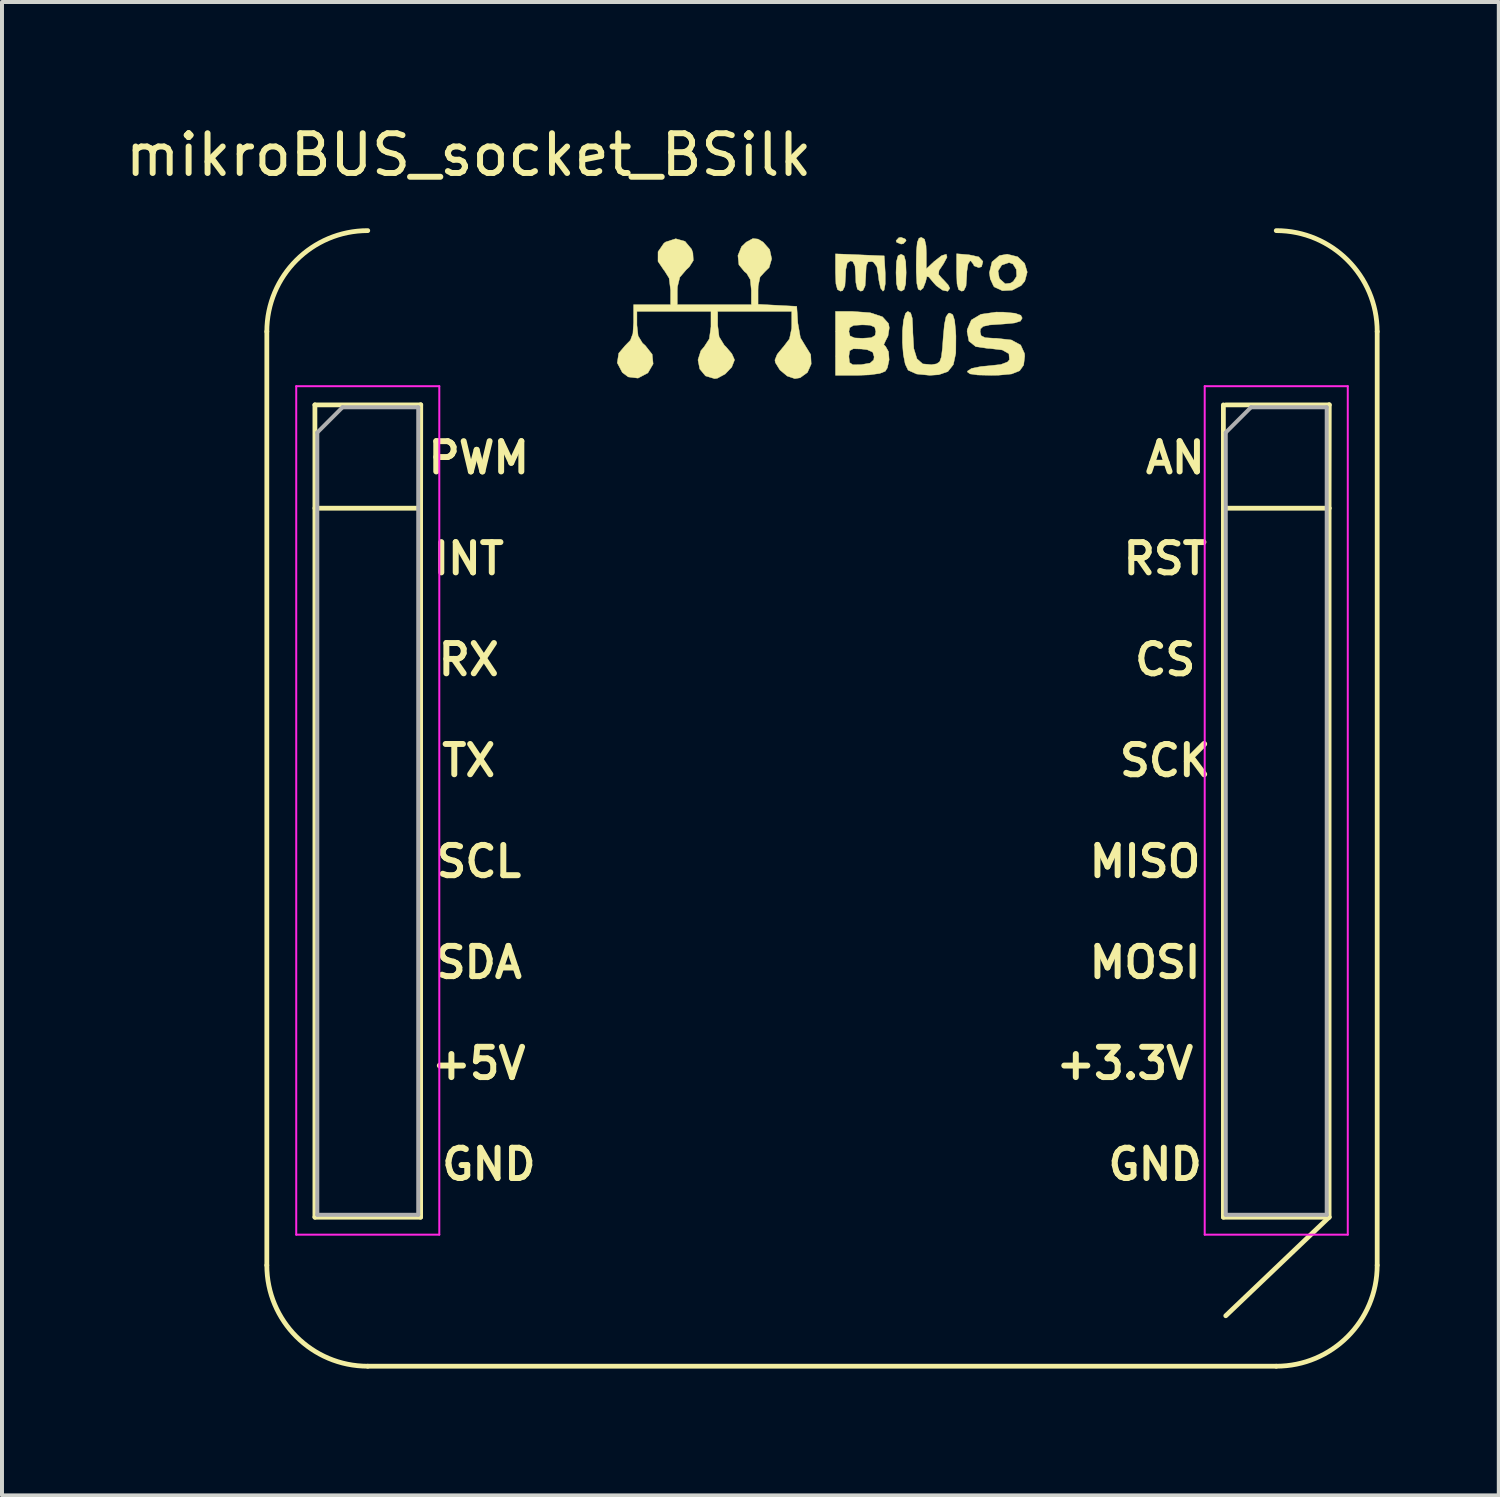
<source format=kicad_pcb>
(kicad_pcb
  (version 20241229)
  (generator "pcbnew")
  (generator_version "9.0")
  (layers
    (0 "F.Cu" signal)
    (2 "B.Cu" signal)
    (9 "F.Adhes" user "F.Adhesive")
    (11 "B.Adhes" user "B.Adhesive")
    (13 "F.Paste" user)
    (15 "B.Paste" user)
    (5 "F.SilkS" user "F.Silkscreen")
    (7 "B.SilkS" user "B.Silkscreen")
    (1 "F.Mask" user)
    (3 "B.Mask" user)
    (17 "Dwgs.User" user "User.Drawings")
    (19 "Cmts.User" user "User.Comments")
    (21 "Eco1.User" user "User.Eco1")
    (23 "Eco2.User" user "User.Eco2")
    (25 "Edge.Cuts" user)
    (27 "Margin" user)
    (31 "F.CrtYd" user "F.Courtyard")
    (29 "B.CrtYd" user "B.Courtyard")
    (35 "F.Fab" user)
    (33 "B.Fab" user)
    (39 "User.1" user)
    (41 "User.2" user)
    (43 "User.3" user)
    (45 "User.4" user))
  (footprint "mikroBUS_socket_BSilk"
    (layer "F.Cu")
    (at 17.634 31.328)
    (property "Reference" "mikroBUS_socket_BSilk" (at -8.89 -30.48 0) (layer "F.SilkS") (effects (font (size 1 1) (thickness 0.15))))
    (attr through_hole)
    (fp_line (start -13.97 -2.54) (end -13.97 -26.035) (stroke (width 0.12) (type solid)) (layer "F.SilkS"))
    (fp_line (start -12.76 -24.19) (end -10.097 -24.19) (stroke (width 0.12) (type solid)) (layer "F.SilkS"))
    (fp_line (start -12.76 -21.59) (end -12.76 -24.19) (stroke (width 0.12) (type solid)) (layer "F.SilkS"))
    (fp_line (start -12.76 -21.59) (end -12.76 -3.75) (stroke (width 0.12) (type solid)) (layer "F.SilkS"))
    (fp_line (start -12.76 -3.75) (end -10.1 -3.75) (stroke (width 0.12) (type solid)) (layer "F.SilkS"))
    (fp_line (start -11.43 0) (end 11.43 0) (stroke (width 0.12) (type solid)) (layer "F.SilkS"))
    (fp_line (start -10.1 -21.59) (end -12.7 -21.59) (stroke (width 0.12) (type solid)) (layer "F.SilkS"))
    (fp_line (start -10.1 -21.59) (end -10.1 -3.75) (stroke (width 0.12) (type solid)) (layer "F.SilkS"))
    (fp_line (start -10.1 -21.59) (end -10.097 -24.194) (stroke (width 0.12) (type solid)) (layer "F.SilkS"))
    (fp_line (start 10.1 -21.59) (end 10.1 -24.19) (stroke (width 0.12) (type solid)) (layer "F.SilkS"))
    (fp_line (start 10.1 -21.59) (end 10.1 -3.75) (stroke (width 0.12) (type solid)) (layer "F.SilkS"))
    (fp_line (start 10.1 -21.59) (end 12.76 -21.59) (stroke (width 0.12) (type solid)) (layer "F.SilkS"))
    (fp_line (start 10.1 -3.75) (end 12.76 -3.75) (stroke (width 0.12) (type solid)) (layer "F.SilkS"))
    (fp_line (start 10.164 -24.19) (end 12.764 -24.19) (stroke (width 0.12) (type solid)) (layer "F.SilkS"))
    (fp_line (start 12.76 -21.59) (end 12.76 -3.75) (stroke (width 0.12) (type solid)) (layer "F.SilkS"))
    (fp_line (start 12.76 -21.59) (end 12.764 -24.194) (stroke (width 0.12) (type solid)) (layer "F.SilkS"))
    (fp_line (start 12.76 -3.75) (end 10.16 -1.27) (stroke (width 0.12) (type solid)) (layer "F.SilkS"))
    (fp_line (start 13.97 -2.54) (end 13.97 -26.035) (stroke (width 0.12) (type solid)) (layer "F.SilkS"))
    (fp_arc (start -13.97 -26.035) (mid -13.226051 -27.831051) (end -11.43 -28.575) (stroke (width 0.12) (type solid)) (layer "F.SilkS"))
    (fp_arc (start -11.43 0) (mid -13.226051 -0.743949) (end -13.97 -2.54) (stroke (width 0.12) (type solid)) (layer "F.SilkS"))
    (fp_arc (start 11.43 -28.575) (mid 13.226051 -27.831051) (end 13.97 -26.035) (stroke (width 0.12) (type solid)) (layer "F.SilkS"))
    (fp_arc (start 13.97 -2.54) (mid 13.226051 -0.743949) (end 11.43 0) (stroke (width 0.12) (type solid)) (layer "F.SilkS"))
    (fp_poly (pts (xy 2.102 -28.36) (xy 2.117 -28.321) (xy 2.048 -28.246) (xy 1.99 -28.236) (xy 1.877 -28.282) (xy 1.863 -28.321) (xy 1.931 -28.396) (xy 1.99 -28.406) (xy 2.102 -28.36)) (stroke (width 0.01) (type solid)) (fill yes) (layer "F.SilkS"))
    (fp_poly (pts (xy 2.066 -27.941) (xy 2.106 -27.794) (xy 2.117 -27.517) (xy 2.105 -27.236) (xy 2.065 -27.091) (xy 1.99 -27.051) (xy 1.913 -27.093) (xy 1.874 -27.24) (xy 1.863 -27.517) (xy 1.874 -27.797) (xy 1.914 -27.942) (xy 1.99 -27.982) (xy 2.066 -27.941)) (stroke (width 0.01) (type solid)) (fill yes) (layer "F.SilkS"))
    (fp_poly (pts (xy 3.703 -27.966) (xy 3.945 -27.914) (xy 4.046 -27.804) (xy 4.048 -27.792) (xy 4.015 -27.666) (xy 3.943 -27.644) (xy 3.827 -27.688) (xy 3.81 -27.728) (xy 3.746 -27.811) (xy 3.725 -27.813) (xy 3.675 -27.737) (xy 3.645 -27.546) (xy 3.641 -27.432) (xy 3.624 -27.181) (xy 3.568 -27.066) (xy 3.514 -27.051) (xy 3.437 -27.092) (xy 3.398 -27.238) (xy 3.387 -27.52) (xy 3.387 -27.993) (xy 3.703 -27.966)) (stroke (width 0.01) (type solid)) (fill yes) (layer "F.SilkS"))
    (fp_poly (pts (xy 4.924 -27.917) (xy 5.098 -27.752) (xy 5.164 -27.532) (xy 5.103 -27.303) (xy 5.01 -27.191) (xy 4.788 -27.076) (xy 4.54 -27.063) (xy 4.34 -27.155) (xy 4.318 -27.178) (xy 4.234 -27.361) (xy 4.212 -27.517) (xy 4.222 -27.559) (xy 4.43 -27.559) (xy 4.46 -27.384) (xy 4.481 -27.354) (xy 4.61 -27.237) (xy 4.738 -27.252) (xy 4.812 -27.295) (xy 4.898 -27.427) (xy 4.89 -27.599) (xy 4.804 -27.736) (xy 4.708 -27.771) (xy 4.524 -27.708) (xy 4.43 -27.559) (xy 4.222 -27.559) (xy 4.278 -27.789) (xy 4.464 -27.947) (xy 4.661 -27.982) (xy 4.924 -27.917)) (stroke (width 0.01) (type solid)) (fill yes) (layer "F.SilkS"))
    (fp_poly (pts (xy 2.58 -28.358) (xy 2.618 -28.193) (xy 2.625 -28.01) (xy 2.625 -27.614) (xy 2.821 -27.798) (xy 3.011 -27.946) (xy 3.127 -27.981) (xy 3.147 -27.908) (xy 3.056 -27.739) (xy 2.945 -27.573) (xy 2.933 -27.474) (xy 3.017 -27.376) (xy 3.05 -27.345) (xy 3.175 -27.208) (xy 3.217 -27.123) (xy 3.164 -27.049) (xy 3.035 -27.076) (xy 2.879 -27.187) (xy 2.806 -27.266) (xy 2.689 -27.407) (xy 2.638 -27.421) (xy 2.613 -27.312) (xy 2.61 -27.294) (xy 2.546 -27.13) (xy 2.477 -27.072) (xy 2.421 -27.1) (xy 2.387 -27.244) (xy 2.372 -27.525) (xy 2.371 -27.721) (xy 2.377 -28.071) (xy 2.398 -28.281) (xy 2.44 -28.383) (xy 2.498 -28.406) (xy 2.58 -28.358)) (stroke (width 0.01) (type solid)) (fill yes) (layer "F.SilkS"))
    (fp_poly (pts (xy 1.566 -27.94) (xy 1.592 -27.495) (xy 1.592 -27.237) (xy 1.563 -27.08) (xy 1.533 -27.051) (xy 1.476 -27.126) (xy 1.433 -27.316) (xy 1.423 -27.41) (xy 1.382 -27.663) (xy 1.296 -27.781) (xy 1.249 -27.797) (xy 1.157 -27.787) (xy 1.113 -27.687) (xy 1.101 -27.458) (xy 1.101 -27.438) (xy 1.085 -27.185) (xy 1.03 -27.068) (xy 0.974 -27.051) (xy 0.89 -27.101) (xy 0.852 -27.27) (xy 0.847 -27.432) (xy 0.83 -27.683) (xy 0.774 -27.798) (xy 0.72 -27.813) (xy 0.636 -27.763) (xy 0.598 -27.594) (xy 0.593 -27.432) (xy 0.576 -27.181) (xy 0.52 -27.066) (xy 0.466 -27.051) (xy 0.389 -27.093) (xy 0.35 -27.238) (xy 0.339 -27.52) (xy 0.339 -27.99) (xy 1.566 -27.94)) (stroke (width 0.01) (type solid)) (fill yes) (layer "F.SilkS"))
    (fp_poly (pts (xy 2.231 -26.505) (xy 2.271 -26.372) (xy 2.285 -26.11) (xy 2.286 -26.009) (xy 2.31 -25.607) (xy 2.389 -25.351) (xy 2.533 -25.222) (xy 2.753 -25.202) (xy 2.756 -25.202) (xy 2.883 -25.223) (xy 2.961 -25.276) (xy 3.004 -25.397) (xy 3.031 -25.623) (xy 3.048 -25.866) (xy 3.079 -26.206) (xy 3.12 -26.406) (xy 3.18 -26.492) (xy 3.217 -26.501) (xy 3.29 -26.46) (xy 3.336 -26.32) (xy 3.363 -26.05) (xy 3.37 -25.921) (xy 3.367 -25.492) (xy 3.305 -25.203) (xy 3.168 -25.029) (xy 2.939 -24.949) (xy 2.713 -24.934) (xy 2.38 -24.967) (xy 2.173 -25.06) (xy 2.165 -25.067) (xy 2.094 -25.215) (xy 2.046 -25.459) (xy 2.023 -25.755) (xy 2.025 -26.056) (xy 2.051 -26.318) (xy 2.101 -26.494) (xy 2.159 -26.543) (xy 2.231 -26.505)) (stroke (width 0.01) (type solid)) (fill yes) (layer "F.SilkS"))
    (fp_poly (pts (xy 4.572 -26.523) (xy 4.857 -26.496) (xy 5.003 -26.445) (xy 5.038 -26.374) (xy 4.994 -26.298) (xy 4.844 -26.251) (xy 4.558 -26.224) (xy 4.508 -26.221) (xy 4.216 -26.201) (xy 4.056 -26.165) (xy 3.989 -26.102) (xy 3.979 -26.031) (xy 4.004 -25.93) (xy 4.105 -25.881) (xy 4.325 -25.866) (xy 4.386 -25.866) (xy 4.764 -25.824) (xy 5 -25.696) (xy 5.098 -25.479) (xy 5.101 -25.415) (xy 5.074 -25.191) (xy 4.973 -25.048) (xy 4.772 -24.968) (xy 4.443 -24.937) (xy 4.258 -24.934) (xy 3.918 -24.942) (xy 3.726 -24.969) (xy 3.659 -25.018) (xy 3.661 -25.04) (xy 3.765 -25.108) (xy 4.002 -25.156) (xy 4.181 -25.172) (xy 4.499 -25.206) (xy 4.673 -25.273) (xy 4.716 -25.328) (xy 4.703 -25.477) (xy 4.535 -25.572) (xy 4.22 -25.61) (xy 4.18 -25.61) (xy 3.87 -25.655) (xy 3.697 -25.794) (xy 3.651 -26.034) (xy 3.656 -26.091) (xy 3.757 -26.326) (xy 3.998 -26.47) (xy 4.381 -26.525) (xy 4.572 -26.523)) (stroke (width 0.01) (type solid)) (fill yes) (layer "F.SilkS"))
    (fp_poly (pts (xy 1.212 -26.509) (xy 1.521 -26.407) (xy 1.674 -26.238) (xy 1.693 -26.128) (xy 1.661 -25.923) (xy 1.601 -25.807) (xy 1.555 -25.705) (xy 1.601 -25.659) (xy 1.674 -25.529) (xy 1.689 -25.323) (xy 1.645 -25.122) (xy 1.592 -25.036) (xy 1.452 -24.981) (xy 1.19 -24.945) (xy 0.914 -24.934) (xy 0.339 -24.934) (xy 0.339 -25.4) (xy 0.677 -25.4) (xy 0.693 -25.256) (xy 0.774 -25.2) (xy 0.968 -25.202) (xy 0.995 -25.204) (xy 1.211 -25.242) (xy 1.301 -25.323) (xy 1.312 -25.4) (xy 1.276 -25.518) (xy 1.138 -25.578) (xy 0.995 -25.596) (xy 0.787 -25.602) (xy 0.697 -25.553) (xy 0.677 -25.419) (xy 0.677 -25.4) (xy 0.339 -25.4) (xy 0.339 -26.035) (xy 0.677 -26.035) (xy 0.706 -25.924) (xy 0.821 -25.875) (xy 1.016 -25.866) (xy 1.238 -25.88) (xy 1.335 -25.937) (xy 1.355 -26.035) (xy 1.326 -26.146) (xy 1.211 -26.195) (xy 1.016 -26.204) (xy 0.794 -26.19) (xy 0.697 -26.133) (xy 0.677 -26.035) (xy 0.339 -26.035) (xy 0.339 -26.543) (xy 0.749 -26.543) (xy 1.212 -26.509)) (stroke (width 0.01) (type solid)) (fill yes) (layer "F.SilkS"))
    (fp_poly (pts (xy -1.609 -28.362) (xy -1.482 -28.286) (xy -1.317 -28.099) (xy -1.266 -27.864) (xy -1.331 -27.645) (xy -1.439 -27.539) (xy -1.559 -27.407) (xy -1.606 -27.179) (xy -1.609 -27.077) (xy -1.609 -26.721) (xy -1.122 -26.695) (xy -0.635 -26.67) (xy -0.608 -26.248) (xy -0.543 -25.88) (xy -0.418 -25.673) (xy -0.284 -25.457) (xy -0.272 -25.218) (xy -0.366 -25.006) (xy -0.551 -24.872) (xy -0.683 -24.85) (xy -0.875 -24.915) (xy -1.06 -25.069) (xy -1.174 -25.254) (xy -1.185 -25.319) (xy -1.127 -25.463) (xy -0.986 -25.635) (xy -0.974 -25.647) (xy -0.819 -25.85) (xy -0.764 -26.113) (xy -0.762 -26.193) (xy -0.762 -26.543) (xy -2.625 -26.543) (xy -2.625 -26.193) (xy -2.589 -25.904) (xy -2.46 -25.693) (xy -2.413 -25.647) (xy -2.268 -25.476) (xy -2.202 -25.327) (xy -2.201 -25.319) (xy -2.271 -25.14) (xy -2.436 -24.967) (xy -2.633 -24.86) (xy -2.703 -24.85) (xy -2.932 -24.919) (xy -3.076 -25.093) (xy -3.121 -25.321) (xy -3.049 -25.552) (xy -2.963 -25.654) (xy -2.836 -25.851) (xy -2.794 -26.156) (xy -2.794 -26.175) (xy -2.794 -26.543) (xy -4.657 -26.543) (xy -4.657 -26.195) (xy -4.627 -25.926) (xy -4.517 -25.745) (xy -4.445 -25.681) (xy -4.273 -25.462) (xy -4.249 -25.221) (xy -4.378 -24.999) (xy -4.388 -24.99) (xy -4.63 -24.863) (xy -4.875 -24.893) (xy -5.025 -25.005) (xy -5.152 -25.247) (xy -5.115 -25.49) (xy -4.953 -25.681) (xy -4.821 -25.816) (xy -4.758 -25.988) (xy -4.741 -26.262) (xy -4.741 -26.28) (xy -4.741 -26.712) (xy -3.81 -26.712) (xy -3.81 -27.075) (xy -3.847 -27.378) (xy -3.967 -27.571) (xy -3.979 -27.582) (xy -4.127 -27.801) (xy -4.126 -28.043) (xy -3.98 -28.255) (xy -3.934 -28.289) (xy -3.68 -28.371) (xy -3.447 -28.305) (xy -3.282 -28.108) (xy -3.249 -28.013) (xy -3.238 -27.823) (xy -3.338 -27.664) (xy -3.416 -27.591) (xy -3.578 -27.401) (xy -3.637 -27.161) (xy -3.641 -27.055) (xy -3.641 -26.712) (xy -1.778 -26.712) (xy -1.778 -27.073) (xy -1.804 -27.343) (xy -1.896 -27.501) (xy -1.947 -27.539) (xy -2.091 -27.715) (xy -2.116 -27.947) (xy -2.025 -28.172) (xy -1.905 -28.286) (xy -1.739 -28.376) (xy -1.609 -28.362)) (stroke (width 0.01) (type solid)) (fill yes) (layer "F.SilkS"))
    (fp_line (start -13.23 -24.66) (end -13.23 -3.31) (stroke (width 0.05) (type solid)) (layer "F.CrtYd"))
    (fp_line (start -13.23 -3.31) (end -9.63 -3.31) (stroke (width 0.05) (type solid)) (layer "F.CrtYd"))
    (fp_line (start -9.63 -24.66) (end -13.23 -24.66) (stroke (width 0.05) (type solid)) (layer "F.CrtYd"))
    (fp_line (start -9.63 -3.31) (end -9.63 -24.66) (stroke (width 0.05) (type solid)) (layer "F.CrtYd"))
    (fp_line (start 9.63 -24.66) (end 9.63 -3.31) (stroke (width 0.05) (type solid)) (layer "F.CrtYd"))
    (fp_line (start 9.63 -3.31) (end 13.23 -3.31) (stroke (width 0.05) (type solid)) (layer "F.CrtYd"))
    (fp_line (start 13.23 -24.66) (end 9.63 -24.66) (stroke (width 0.05) (type solid)) (layer "F.CrtYd"))
    (fp_line (start 13.23 -3.31) (end 13.23 -24.66) (stroke (width 0.05) (type solid)) (layer "F.CrtYd"))
    (fp_line (start -12.7 -23.495) (end -12.065 -24.13) (stroke (width 0.1) (type solid)) (layer "F.Fab"))
    (fp_line (start -12.7 -3.81) (end -12.7 -23.495) (stroke (width 0.1) (type solid)) (layer "F.Fab"))
    (fp_line (start -12.065 -24.13) (end -10.16 -24.13) (stroke (width 0.1) (type solid)) (layer "F.Fab"))
    (fp_line (start -10.16 -24.13) (end -10.16 -3.81) (stroke (width 0.1) (type solid)) (layer "F.Fab"))
    (fp_line (start -10.16 -3.81) (end -12.7 -3.81) (stroke (width 0.1) (type solid)) (layer "F.Fab"))
    (fp_line (start 10.16 -23.495) (end 10.795 -24.13) (stroke (width 0.1) (type solid)) (layer "F.Fab"))
    (fp_line (start 10.16 -3.81) (end 10.16 -23.495) (stroke (width 0.1) (type solid)) (layer "F.Fab"))
    (fp_line (start 10.795 -24.13) (end 12.7 -24.13) (stroke (width 0.1) (type solid)) (layer "F.Fab"))
    (fp_line (start 12.7 -24.13) (end 12.7 -3.81) (stroke (width 0.1) (type solid)) (layer "F.Fab"))
    (fp_line (start 12.7 -3.81) (end 10.16 -3.81) (stroke (width 0.1) (type solid)) (layer "F.Fab"))
    (fp_text user "CS" (at 8.636 -17.78 0) (layer "F.SilkS") (effects (font (size 0.762 0.762) (thickness 0.15))))
    (fp_text user "AN" (at 8.89 -22.86 0) (layer "F.SilkS") (effects (font (size 0.762 0.762) (thickness 0.15))))
    (fp_text user "MOSI" (at 8.128 -10.16 0) (layer "F.SilkS") (effects (font (size 0.762 0.762) (thickness 0.15))))
    (fp_text user "PWM" (at -8.636 -22.86 0) (layer "F.SilkS") (effects (font (size 0.762 0.762) (thickness 0.15))))
    (fp_text user "+5V" (at -8.636 -7.62 0) (layer "F.SilkS") (effects (font (size 0.762 0.762) (thickness 0.15))))
    (fp_text user "RST" (at 8.636 -20.32 0) (layer "F.SilkS") (effects (font (size 0.762 0.762) (thickness 0.15))))
    (fp_text user "TX" (at -8.89 -15.24 0) (layer "F.SilkS") (effects (font (size 0.762 0.762) (thickness 0.15))))
    (fp_text user "RX" (at -8.89 -17.78 0) (layer "F.SilkS") (effects (font (size 0.762 0.762) (thickness 0.15))))
    (fp_text user "SCL" (at -8.636 -12.7 0) (layer "F.SilkS") (effects (font (size 0.762 0.762) (thickness 0.15))))
    (fp_text user "SCK" (at 8.636 -15.24 0) (layer "F.SilkS") (effects (font (size 0.762 0.762) (thickness 0.15))))
    (fp_text user "MISO" (at 8.128 -12.7 0) (layer "F.SilkS") (effects (font (size 0.762 0.762) (thickness 0.15))))
    (fp_text user "+3.3V" (at 7.62 -7.62 0) (layer "F.SilkS") (effects (font (size 0.762 0.762) (thickness 0.15))))
    (fp_text user "GND" (at 8.382 -5.08 0) (layer "F.SilkS") (effects (font (size 0.762 0.762) (thickness 0.15))))
    (fp_text user "SDA" (at -8.636 -10.16 0) (layer "F.SilkS") (effects (font (size 0.762 0.762) (thickness 0.15))))
    (fp_text user "GND" (at -8.382 -5.08 0) (layer "F.SilkS") (effects (font (size 0.762 0.762) (thickness 0.15))))
    (fp_text user "INT" (at -8.89 -20.32 0) (layer "F.SilkS") (effects (font (size 0.762 0.762) (thickness 0.15)))))
  (gr_rect
    (start -3 -3)
    (end 34.664 34.578)
    (stroke (width 0.1) (type default))
    (fill no)
    (layer "Edge.Cuts")))
</source>
